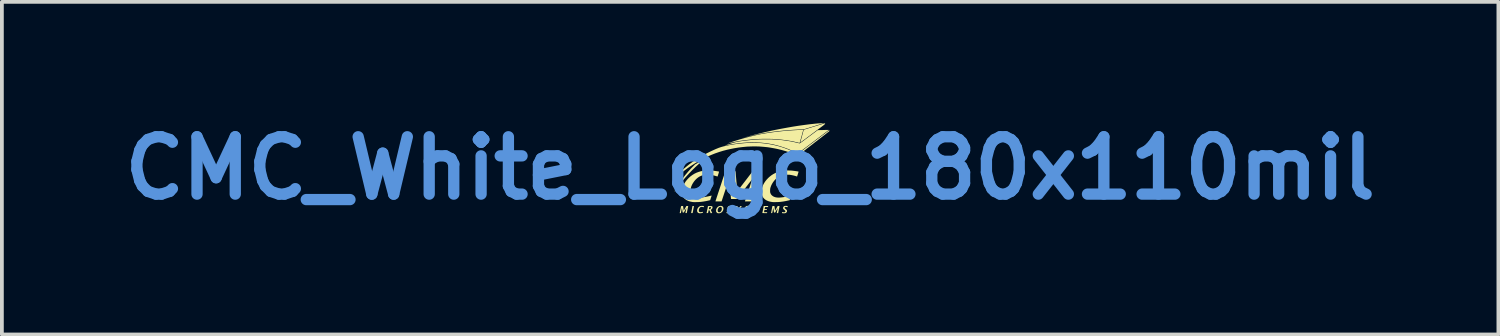
<source format=kicad_pcb>
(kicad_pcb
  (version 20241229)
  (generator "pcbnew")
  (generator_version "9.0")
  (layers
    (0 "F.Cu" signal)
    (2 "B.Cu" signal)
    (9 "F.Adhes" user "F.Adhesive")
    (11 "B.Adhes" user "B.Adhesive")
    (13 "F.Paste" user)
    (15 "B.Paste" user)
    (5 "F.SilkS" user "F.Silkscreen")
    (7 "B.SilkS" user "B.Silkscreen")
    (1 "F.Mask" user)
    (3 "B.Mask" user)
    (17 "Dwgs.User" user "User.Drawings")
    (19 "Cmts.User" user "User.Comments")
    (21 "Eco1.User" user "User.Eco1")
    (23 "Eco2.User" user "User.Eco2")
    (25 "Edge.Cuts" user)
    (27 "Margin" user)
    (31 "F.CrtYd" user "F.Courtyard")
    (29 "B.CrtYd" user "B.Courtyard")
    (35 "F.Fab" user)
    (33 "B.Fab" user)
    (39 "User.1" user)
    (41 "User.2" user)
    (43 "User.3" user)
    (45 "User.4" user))
  (footprint "CMC_White_Logo_180x110mil"
    (layer "F.Cu")
    (at 16.88 1.418)
    (property "Reference" "CMC_White_Logo_180x110mil" (at 0 0 0) (layer "Cmts.User") (effects (font (size 1.524 1.524) (thickness 0.3))))
    (attr board_only exclude_from_pos_files exclude_from_bom)
    (fp_poly (pts (xy -2.016 0.633) (xy -2.017 0.634) (xy -2.019 0.633) (xy -2.017 0.631)) (stroke (width 0) (type solid)) (fill yes) (layer "F.SilkS"))
    (fp_poly (pts (xy -0.214 -0.794) (xy -0.215 -0.792) (xy -0.216 -0.792) (xy -0.218 -0.793) (xy -0.218 -0.794) (xy -0.215 -0.794)) (stroke (width 0) (type solid)) (fill yes) (layer "F.SilkS"))
    (fp_poly (pts (xy -0.203 -0.797) (xy -0.203 -0.795) (xy -0.205 -0.795) (xy -0.207 -0.796) (xy -0.207 -0.797) (xy -0.203 -0.797)) (stroke (width 0) (type solid)) (fill yes) (layer "F.SilkS"))
    (fp_poly (pts (xy -0.195 -0.799) (xy -0.195 -0.798) (xy -0.197 -0.798) (xy -0.199 -0.799) (xy -0.198 -0.799) (xy -0.195 -0.8)) (stroke (width 0) (type solid)) (fill yes) (layer "F.SilkS"))
    (fp_poly (pts (xy -0.176 -0.805) (xy -0.179 -0.803) (xy -0.185 -0.801) (xy -0.188 -0.801) (xy -0.19 -0.801) (xy -0.187 -0.803) (xy -0.18 -0.805) (xy -0.177 -0.805)) (stroke (width 0) (type solid)) (fill yes) (layer "F.SilkS"))
    (fp_poly (pts (xy -1.501 1.006) (xy -1.495 1.007) (xy -1.493 1.009) (xy -1.493 1.009) (xy -1.493 1.012) (xy -1.495 1.021) (xy -1.497 1.033) (xy -1.5 1.049) (xy -1.504 1.067) (xy -1.508 1.088) (xy -1.511 1.102) (xy -1.515 1.124) (xy -1.519 1.143) (xy -1.522 1.161) (xy -1.525 1.175) (xy -1.527 1.185) (xy -1.528 1.191) (xy -1.529 1.193) (xy -1.531 1.193) (xy -1.538 1.193) (xy -1.547 1.194) (xy -1.548 1.194) (xy -1.559 1.193) (xy -1.565 1.192) (xy -1.567 1.19) (xy -1.567 1.19) (xy -1.567 1.186) (xy -1.565 1.178) (xy -1.563 1.166) (xy -1.56 1.15) (xy -1.556 1.132) (xy -1.552 1.111) (xy -1.549 1.097) (xy -1.545 1.075) (xy -1.541 1.055) (xy -1.538 1.038) (xy -1.535 1.024) (xy -1.533 1.014) (xy -1.532 1.007) (xy -1.531 1.006) (xy -1.529 1.006) (xy -1.522 1.005) (xy -1.513 1.005) (xy -1.512 1.005)) (stroke (width 0) (type solid)) (fill yes) (layer "F.SilkS"))
    (fp_poly (pts (xy -1.229 -0.227) (xy -1.23 -0.226) (xy -1.232 -0.224) (xy -1.238 -0.219) (xy -1.247 -0.212) (xy -1.258 -0.202) (xy -1.271 -0.192) (xy -1.273 -0.19) (xy -1.364 -0.112) (xy -1.454 -0.03) (xy -1.542 0.056) (xy -1.627 0.145) (xy -1.71 0.236) (xy -1.79 0.329) (xy -1.866 0.423) (xy -1.937 0.517) (xy -1.99 0.593) (xy -2 0.608) (xy -2.008 0.619) (xy -2.013 0.625) (xy -2.015 0.628) (xy -2.015 0.626) (xy -2.013 0.623) (xy -2.008 0.612) (xy -2 0.598) (xy -1.99 0.581) (xy -1.979 0.562) (xy -1.968 0.542) (xy -1.957 0.522) (xy -1.946 0.503) (xy -1.936 0.487) (xy -1.928 0.474) (xy -1.863 0.372) (xy -1.795 0.276) (xy -1.724 0.183) (xy -1.648 0.093) (xy -1.569 0.006) (xy -1.514 -0.049) (xy -1.464 -0.099) (xy -1.355 -0.159) (xy -1.327 -0.174) (xy -1.302 -0.188) (xy -1.282 -0.199) (xy -1.266 -0.208) (xy -1.253 -0.215) (xy -1.243 -0.22) (xy -1.237 -0.223) (xy -1.232 -0.226) (xy -1.23 -0.227)) (stroke (width 0) (type solid)) (fill yes) (layer "F.SilkS"))
    (fp_poly (pts (xy 0.156 1.005) (xy 0.173 1.005) (xy 0.198 1.005) (xy 0.218 1.005) (xy 0.233 1.005) (xy 0.244 1.006) (xy 0.252 1.007) (xy 0.257 1.008) (xy 0.26 1.01) (xy 0.261 1.013) (xy 0.26 1.016) (xy 0.259 1.021) (xy 0.259 1.024) (xy 0.257 1.033) (xy 0.223 1.033) (xy 0.208 1.033) (xy 0.199 1.033) (xy 0.192 1.034) (xy 0.189 1.035) (xy 0.188 1.037) (xy 0.187 1.038) (xy 0.187 1.042) (xy 0.185 1.05) (xy 0.182 1.063) (xy 0.179 1.079) (xy 0.176 1.097) (xy 0.172 1.117) (xy 0.171 1.118) (xy 0.157 1.194) (xy 0.136 1.194) (xy 0.126 1.193) (xy 0.12 1.193) (xy 0.118 1.192) (xy 0.117 1.189) (xy 0.118 1.187) (xy 0.119 1.183) (xy 0.12 1.174) (xy 0.123 1.161) (xy 0.126 1.145) (xy 0.13 1.127) (xy 0.134 1.107) (xy 0.134 1.107) (xy 0.149 1.033) (xy 0.08 1.033) (xy 0.082 1.024) (xy 0.083 1.019) (xy 0.083 1.015) (xy 0.085 1.011) (xy 0.087 1.009) (xy 0.091 1.007) (xy 0.097 1.006) (xy 0.106 1.006) (xy 0.118 1.005) (xy 0.135 1.005)) (stroke (width 0) (type solid)) (fill yes) (layer "F.SilkS"))
    (fp_poly (pts (xy -0.328 1.039) (xy -0.323 1.052) (xy -0.319 1.063) (xy -0.315 1.071) (xy -0.313 1.075) (xy -0.313 1.075) (xy -0.311 1.074) (xy -0.306 1.068) (xy -0.299 1.06) (xy -0.291 1.049) (xy -0.284 1.041) (xy -0.256 1.005) (xy -0.221 1.005) (xy -0.242 1.032) (xy -0.253 1.046) (xy -0.265 1.062) (xy -0.276 1.076) (xy -0.282 1.084) (xy -0.302 1.109) (xy -0.31 1.151) (xy -0.313 1.165) (xy -0.315 1.177) (xy -0.317 1.186) (xy -0.318 1.192) (xy -0.318 1.193) (xy -0.321 1.193) (xy -0.328 1.193) (xy -0.337 1.194) (xy -0.338 1.194) (xy -0.349 1.193) (xy -0.355 1.192) (xy -0.357 1.19) (xy -0.357 1.19) (xy -0.357 1.186) (xy -0.355 1.177) (xy -0.353 1.166) (xy -0.35 1.153) (xy -0.35 1.152) (xy -0.348 1.138) (xy -0.345 1.126) (xy -0.344 1.117) (xy -0.343 1.112) (xy -0.343 1.112) (xy -0.344 1.108) (xy -0.347 1.099) (xy -0.351 1.087) (xy -0.356 1.073) (xy -0.362 1.057) (xy -0.363 1.056) (xy -0.369 1.041) (xy -0.374 1.027) (xy -0.378 1.017) (xy -0.381 1.009) (xy -0.382 1.006) (xy -0.382 1.006) (xy -0.38 1.006) (xy -0.373 1.005) (xy -0.363 1.005) (xy -0.362 1.005) (xy -0.341 1.005)) (stroke (width 0) (type solid)) (fill yes) (layer "F.SilkS"))
    (fp_poly (pts (xy 2.104 -0.998) (xy 2.104 -0.99) (xy 2.104 -0.983) (xy 2.104 -0.982) (xy 2.102 -0.98) (xy 2.095 -0.975) (xy 2.085 -0.967) (xy 2.071 -0.956) (xy 2.054 -0.943) (xy 2.034 -0.927) (xy 2.01 -0.909) (xy 1.985 -0.889) (xy 1.957 -0.867) (xy 1.927 -0.844) (xy 1.895 -0.819) (xy 1.862 -0.793) (xy 1.827 -0.767) (xy 1.792 -0.739) (xy 1.755 -0.711) (xy 1.718 -0.683) (xy 1.681 -0.654) (xy 1.645 -0.625) (xy 1.608 -0.597) (xy 1.572 -0.569) (xy 1.536 -0.542) (xy 1.502 -0.516) (xy 1.469 -0.49) (xy 1.438 -0.466) (xy 1.409 -0.444) (xy 1.382 -0.423) (xy 1.357 -0.403) (xy 1.335 -0.386) (xy 1.315 -0.372) (xy 1.299 -0.359) (xy 1.286 -0.35) (xy 1.277 -0.343) (xy 1.272 -0.339) (xy 1.271 -0.338) (xy 1.27 -0.341) (xy 1.27 -0.347) (xy 1.27 -0.356) (xy 1.27 -0.358) (xy 1.271 -0.368) (xy 1.272 -0.376) (xy 1.272 -0.38) (xy 1.272 -0.38) (xy 1.274 -0.382) (xy 1.281 -0.387) (xy 1.291 -0.395) (xy 1.305 -0.406) (xy 1.323 -0.419) (xy 1.344 -0.435) (xy 1.368 -0.454) (xy 1.395 -0.474) (xy 1.425 -0.497) (xy 1.457 -0.521) (xy 1.492 -0.548) (xy 1.528 -0.575) (xy 1.567 -0.605) (xy 1.607 -0.635) (xy 1.648 -0.666) (xy 1.688 -0.696) (xy 2.103 -1.011)) (stroke (width 0) (type solid)) (fill yes) (layer "F.SilkS"))
    (fp_poly (pts (xy -1.265 1.002) (xy -1.26 1.003) (xy -1.246 1.004) (xy -1.236 1.006) (xy -1.231 1.008) (xy -1.228 1.009) (xy -1.228 1.012) (xy -1.228 1.013) (xy -1.229 1.019) (xy -1.231 1.027) (xy -1.231 1.028) (xy -1.233 1.035) (xy -1.236 1.038) (xy -1.238 1.038) (xy -1.261 1.031) (xy -1.281 1.028) (xy -1.297 1.028) (xy -1.312 1.032) (xy -1.325 1.039) (xy -1.337 1.051) (xy -1.337 1.051) (xy -1.351 1.069) (xy -1.359 1.087) (xy -1.363 1.107) (xy -1.364 1.121) (xy -1.363 1.136) (xy -1.361 1.147) (xy -1.355 1.155) (xy -1.347 1.162) (xy -1.343 1.164) (xy -1.332 1.168) (xy -1.318 1.17) (xy -1.301 1.169) (xy -1.283 1.165) (xy -1.275 1.164) (xy -1.266 1.161) (xy -1.259 1.159) (xy -1.255 1.159) (xy -1.255 1.159) (xy -1.255 1.162) (xy -1.256 1.168) (xy -1.257 1.174) (xy -1.26 1.188) (xy -1.28 1.192) (xy -1.296 1.195) (xy -1.313 1.197) (xy -1.33 1.198) (xy -1.346 1.198) (xy -1.358 1.197) (xy -1.363 1.195) (xy -1.381 1.186) (xy -1.394 1.175) (xy -1.401 1.165) (xy -1.407 1.146) (xy -1.409 1.125) (xy -1.407 1.103) (xy -1.4 1.082) (xy -1.39 1.062) (xy -1.376 1.043) (xy -1.36 1.027) (xy -1.341 1.015) (xy -1.339 1.013) (xy -1.317 1.005) (xy -1.293 1.002)) (stroke (width 0) (type solid)) (fill yes) (layer "F.SilkS"))
    (fp_poly (pts (xy 0.441 1.005) (xy 0.456 1.006) (xy 0.467 1.006) (xy 0.474 1.007) (xy 0.478 1.008) (xy 0.479 1.009) (xy 0.479 1.014) (xy 0.478 1.021) (xy 0.477 1.023) (xy 0.476 1.033) (xy 0.436 1.033) (xy 0.42 1.033) (xy 0.409 1.033) (xy 0.402 1.034) (xy 0.398 1.035) (xy 0.396 1.036) (xy 0.395 1.038) (xy 0.395 1.039) (xy 0.392 1.053) (xy 0.389 1.066) (xy 0.387 1.076) (xy 0.387 1.082) (xy 0.387 1.084) (xy 0.39 1.085) (xy 0.398 1.085) (xy 0.409 1.085) (xy 0.419 1.086) (xy 0.432 1.086) (xy 0.441 1.086) (xy 0.446 1.086) (xy 0.448 1.088) (xy 0.448 1.09) (xy 0.448 1.092) (xy 0.446 1.099) (xy 0.446 1.103) (xy 0.445 1.105) (xy 0.443 1.106) (xy 0.438 1.107) (xy 0.429 1.108) (xy 0.416 1.108) (xy 0.413 1.108) (xy 0.381 1.109) (xy 0.376 1.13) (xy 0.374 1.141) (xy 0.372 1.152) (xy 0.37 1.159) (xy 0.37 1.16) (xy 0.368 1.169) (xy 0.453 1.17) (xy 0.451 1.182) (xy 0.448 1.194) (xy 0.386 1.194) (xy 0.366 1.194) (xy 0.35 1.193) (xy 0.339 1.193) (xy 0.332 1.193) (xy 0.327 1.192) (xy 0.325 1.191) (xy 0.324 1.19) (xy 0.325 1.189) (xy 0.325 1.185) (xy 0.327 1.176) (xy 0.33 1.164) (xy 0.333 1.148) (xy 0.337 1.129) (xy 0.341 1.108) (xy 0.344 1.095) (xy 0.361 1.005) (xy 0.42 1.005)) (stroke (width 0) (type solid)) (fill yes) (layer "F.SilkS"))
    (fp_poly (pts (xy 1.994 -1.194) (xy 1.992 -1.189) (xy 1.988 -1.181) (xy 1.987 -1.178) (xy 1.976 -1.159) (xy 1.657 -0.921) (xy 1.612 -0.887) (xy 1.572 -0.857) (xy 1.535 -0.83) (xy 1.503 -0.806) (xy 1.474 -0.784) (xy 1.448 -0.765) (xy 1.426 -0.749) (xy 1.406 -0.734) (xy 1.389 -0.722) (xy 1.375 -0.712) (xy 1.364 -0.703) (xy 1.354 -0.696) (xy 1.346 -0.69) (xy 1.34 -0.686) (xy 1.336 -0.683) (xy 1.333 -0.681) (xy 1.331 -0.68) (xy 1.33 -0.679) (xy 1.329 -0.679) (xy 1.329 -0.679) (xy 1.33 -0.682) (xy 1.332 -0.689) (xy 1.335 -0.698) (xy 1.336 -0.702) (xy 1.338 -0.709) (xy 1.342 -0.721) (xy 1.346 -0.736) (xy 1.352 -0.756) (xy 1.358 -0.778) (xy 1.365 -0.803) (xy 1.372 -0.83) (xy 1.38 -0.858) (xy 1.383 -0.872) (xy 1.391 -0.9) (xy 1.398 -0.926) (xy 1.404 -0.949) (xy 1.41 -0.971) (xy 1.415 -0.989) (xy 1.419 -1.003) (xy 1.422 -1.014) (xy 1.424 -1.019) (xy 1.424 -1.021) (xy 1.427 -1.021) (xy 1.434 -1.024) (xy 1.447 -1.028) (xy 1.463 -1.033) (xy 1.484 -1.039) (xy 1.508 -1.046) (xy 1.535 -1.055) (xy 1.565 -1.064) (xy 1.598 -1.074) (xy 1.632 -1.085) (xy 1.669 -1.096) (xy 1.707 -1.108) (xy 1.746 -1.119) (xy 1.782 -1.131) (xy 1.817 -1.141) (xy 1.85 -1.152) (xy 1.881 -1.161) (xy 1.908 -1.169) (xy 1.932 -1.177) (xy 1.953 -1.183) (xy 1.97 -1.188) (xy 1.983 -1.192) (xy 1.991 -1.195) (xy 1.994 -1.196)) (stroke (width 0) (type solid)) (fill yes) (layer "F.SilkS"))
    (fp_poly (pts (xy -0.77 1.002) (xy -0.767 1.002) (xy -0.752 1.006) (xy -0.74 1.011) (xy -0.729 1.02) (xy -0.725 1.025) (xy -0.716 1.037) (xy -0.711 1.051) (xy -0.709 1.067) (xy -0.71 1.083) (xy -0.714 1.108) (xy -0.723 1.131) (xy -0.737 1.152) (xy -0.755 1.171) (xy -0.776 1.185) (xy -0.78 1.187) (xy -0.791 1.192) (xy -0.8 1.195) (xy -0.81 1.197) (xy -0.822 1.198) (xy -0.824 1.198) (xy -0.837 1.198) (xy -0.848 1.198) (xy -0.856 1.197) (xy -0.858 1.197) (xy -0.873 1.19) (xy -0.887 1.179) (xy -0.897 1.165) (xy -0.898 1.163) (xy -0.902 1.156) (xy -0.904 1.149) (xy -0.905 1.142) (xy -0.905 1.133) (xy -0.905 1.129) (xy -0.863 1.129) (xy -0.86 1.145) (xy -0.854 1.157) (xy -0.852 1.159) (xy -0.841 1.168) (xy -0.828 1.172) (xy -0.813 1.171) (xy -0.797 1.166) (xy -0.784 1.156) (xy -0.772 1.142) (xy -0.762 1.126) (xy -0.755 1.107) (xy -0.752 1.088) (xy -0.751 1.07) (xy -0.755 1.054) (xy -0.756 1.05) (xy -0.764 1.039) (xy -0.774 1.031) (xy -0.786 1.028) (xy -0.8 1.028) (xy -0.813 1.033) (xy -0.826 1.041) (xy -0.838 1.053) (xy -0.849 1.068) (xy -0.851 1.073) (xy -0.859 1.092) (xy -0.863 1.111) (xy -0.863 1.129) (xy -0.905 1.129) (xy -0.905 1.121) (xy -0.904 1.108) (xy -0.903 1.098) (xy -0.901 1.09) (xy -0.897 1.081) (xy -0.893 1.073) (xy -0.879 1.05) (xy -0.862 1.031) (xy -0.842 1.016) (xy -0.82 1.007) (xy -0.796 1.002)) (stroke (width 0) (type solid)) (fill yes) (layer "F.SilkS"))
    (fp_poly (pts (xy -0.051 1.002) (xy -0.037 1.003) (xy -0.027 1.005) (xy -0.011 1.009) (xy -0.012 1.019) (xy -0.014 1.029) (xy -0.016 1.034) (xy -0.019 1.036) (xy -0.026 1.035) (xy -0.034 1.032) (xy -0.051 1.029) (xy -0.066 1.028) (xy -0.078 1.03) (xy -0.087 1.036) (xy -0.093 1.043) (xy -0.094 1.052) (xy -0.093 1.057) (xy -0.09 1.061) (xy -0.086 1.067) (xy -0.078 1.074) (xy -0.068 1.083) (xy -0.053 1.096) (xy -0.042 1.107) (xy -0.035 1.116) (xy -0.031 1.124) (xy -0.029 1.131) (xy -0.029 1.145) (xy -0.034 1.16) (xy -0.043 1.173) (xy -0.055 1.184) (xy -0.066 1.191) (xy -0.074 1.194) (xy -0.083 1.196) (xy -0.095 1.197) (xy -0.107 1.198) (xy -0.12 1.198) (xy -0.134 1.198) (xy -0.145 1.197) (xy -0.149 1.196) (xy -0.158 1.194) (xy -0.162 1.192) (xy -0.162 1.189) (xy -0.162 1.188) (xy -0.161 1.183) (xy -0.159 1.175) (xy -0.159 1.173) (xy -0.157 1.166) (xy -0.154 1.164) (xy -0.147 1.164) (xy -0.142 1.166) (xy -0.125 1.171) (xy -0.11 1.172) (xy -0.096 1.171) (xy -0.085 1.167) (xy -0.077 1.16) (xy -0.073 1.152) (xy -0.073 1.141) (xy -0.076 1.133) (xy -0.08 1.128) (xy -0.087 1.121) (xy -0.096 1.113) (xy -0.101 1.109) (xy -0.116 1.096) (xy -0.127 1.085) (xy -0.133 1.073) (xy -0.135 1.062) (xy -0.135 1.055) (xy -0.131 1.038) (xy -0.122 1.024) (xy -0.108 1.013) (xy -0.102 1.01) (xy -0.092 1.005) (xy -0.083 1.003) (xy -0.073 1.002) (xy -0.064 1.002)) (stroke (width 0) (type solid)) (fill yes) (layer "F.SilkS"))
    (fp_poly (pts (xy -1.774 1.063) (xy -1.771 1.08) (xy -1.769 1.096) (xy -1.767 1.109) (xy -1.765 1.118) (xy -1.764 1.123) (xy -1.764 1.124) (xy -1.762 1.123) (xy -1.758 1.117) (xy -1.752 1.107) (xy -1.743 1.093) (xy -1.733 1.075) (xy -1.728 1.066) (xy -1.694 1.005) (xy -1.645 1.005) (xy -1.647 1.014) (xy -1.648 1.019) (xy -1.65 1.029) (xy -1.653 1.042) (xy -1.656 1.059) (xy -1.66 1.078) (xy -1.664 1.099) (xy -1.666 1.108) (xy -1.683 1.192) (xy -1.701 1.193) (xy -1.71 1.193) (xy -1.717 1.193) (xy -1.72 1.191) (xy -1.72 1.191) (xy -1.719 1.188) (xy -1.718 1.18) (xy -1.715 1.168) (xy -1.713 1.154) (xy -1.709 1.137) (xy -1.707 1.127) (xy -1.704 1.109) (xy -1.701 1.093) (xy -1.698 1.08) (xy -1.696 1.07) (xy -1.696 1.064) (xy -1.695 1.063) (xy -1.697 1.065) (xy -1.701 1.071) (xy -1.706 1.08) (xy -1.714 1.093) (xy -1.722 1.108) (xy -1.729 1.121) (xy -1.762 1.18) (xy -1.778 1.179) (xy -1.793 1.178) (xy -1.801 1.12) (xy -1.804 1.102) (xy -1.806 1.087) (xy -1.809 1.074) (xy -1.81 1.065) (xy -1.811 1.06) (xy -1.811 1.059) (xy -1.812 1.062) (xy -1.814 1.069) (xy -1.817 1.08) (xy -1.82 1.094) (xy -1.823 1.111) (xy -1.826 1.126) (xy -1.84 1.194) (xy -1.872 1.194) (xy -1.87 1.185) (xy -1.869 1.18) (xy -1.867 1.17) (xy -1.864 1.157) (xy -1.861 1.14) (xy -1.857 1.121) (xy -1.853 1.1) (xy -1.851 1.091) (xy -1.834 1.007) (xy -1.808 1.006) (xy -1.782 1.005)) (stroke (width 0) (type solid)) (fill yes) (layer "F.SilkS"))
    (fp_poly (pts (xy -0.502 1.003) (xy -0.493 1.005) (xy -0.477 1.009) (xy -0.48 1.024) (xy -0.482 1.032) (xy -0.484 1.036) (xy -0.486 1.037) (xy -0.487 1.037) (xy -0.497 1.033) (xy -0.509 1.03) (xy -0.521 1.028) (xy -0.529 1.027) (xy -0.543 1.029) (xy -0.553 1.034) (xy -0.56 1.042) (xy -0.561 1.051) (xy -0.561 1.055) (xy -0.559 1.06) (xy -0.554 1.066) (xy -0.546 1.073) (xy -0.534 1.083) (xy -0.533 1.084) (xy -0.518 1.097) (xy -0.508 1.107) (xy -0.501 1.117) (xy -0.497 1.127) (xy -0.496 1.137) (xy -0.496 1.143) (xy -0.5 1.16) (xy -0.509 1.174) (xy -0.523 1.185) (xy -0.53 1.189) (xy -0.538 1.193) (xy -0.545 1.195) (xy -0.554 1.197) (xy -0.565 1.198) (xy -0.574 1.198) (xy -0.586 1.198) (xy -0.596 1.198) (xy -0.603 1.198) (xy -0.605 1.198) (xy -0.609 1.197) (xy -0.617 1.195) (xy -0.619 1.195) (xy -0.629 1.193) (xy -0.627 1.18) (xy -0.626 1.172) (xy -0.624 1.166) (xy -0.623 1.165) (xy -0.62 1.165) (xy -0.613 1.166) (xy -0.603 1.168) (xy -0.6 1.169) (xy -0.582 1.172) (xy -0.568 1.172) (xy -0.556 1.169) (xy -0.548 1.163) (xy -0.542 1.156) (xy -0.54 1.148) (xy -0.539 1.145) (xy -0.54 1.14) (xy -0.542 1.134) (xy -0.546 1.129) (xy -0.553 1.122) (xy -0.563 1.113) (xy -0.577 1.102) (xy -0.577 1.101) (xy -0.589 1.09) (xy -0.596 1.08) (xy -0.6 1.069) (xy -0.601 1.058) (xy -0.6 1.046) (xy -0.597 1.038) (xy -0.594 1.031) (xy -0.587 1.022) (xy -0.581 1.016) (xy -0.573 1.011) (xy -0.565 1.007) (xy -0.553 1.004) (xy -0.537 1.002) (xy -0.52 1.002)) (stroke (width 0) (type solid)) (fill yes) (layer "F.SilkS"))
    (fp_poly (pts (xy 0.958 1.002) (xy 0.972 1.003) (xy 0.982 1.005) (xy 0.983 1.005) (xy 0.998 1.009) (xy 0.996 1.023) (xy 0.995 1.031) (xy 0.994 1.036) (xy 0.993 1.038) (xy 0.99 1.037) (xy 0.984 1.035) (xy 0.98 1.034) (xy 0.967 1.031) (xy 0.954 1.028) (xy 0.941 1.028) (xy 0.931 1.029) (xy 0.93 1.03) (xy 0.921 1.036) (xy 0.916 1.045) (xy 0.915 1.055) (xy 0.915 1.055) (xy 0.917 1.06) (xy 0.922 1.066) (xy 0.93 1.073) (xy 0.942 1.083) (xy 0.943 1.084) (xy 0.958 1.097) (xy 0.968 1.107) (xy 0.975 1.117) (xy 0.979 1.127) (xy 0.98 1.137) (xy 0.98 1.143) (xy 0.976 1.16) (xy 0.967 1.174) (xy 0.953 1.185) (xy 0.946 1.189) (xy 0.938 1.193) (xy 0.931 1.195) (xy 0.922 1.197) (xy 0.911 1.198) (xy 0.902 1.198) (xy 0.89 1.198) (xy 0.88 1.198) (xy 0.873 1.198) (xy 0.871 1.198) (xy 0.867 1.197) (xy 0.859 1.195) (xy 0.858 1.195) (xy 0.847 1.193) (xy 0.849 1.18) (xy 0.85 1.172) (xy 0.852 1.166) (xy 0.853 1.165) (xy 0.856 1.165) (xy 0.863 1.166) (xy 0.873 1.168) (xy 0.876 1.169) (xy 0.894 1.172) (xy 0.908 1.172) (xy 0.92 1.169) (xy 0.928 1.164) (xy 0.934 1.158) (xy 0.936 1.15) (xy 0.936 1.146) (xy 0.935 1.139) (xy 0.932 1.133) (xy 0.927 1.126) (xy 0.918 1.117) (xy 0.906 1.107) (xy 0.899 1.101) (xy 0.887 1.09) (xy 0.88 1.08) (xy 0.876 1.069) (xy 0.875 1.058) (xy 0.878 1.041) (xy 0.885 1.027) (xy 0.897 1.015) (xy 0.907 1.009) (xy 0.916 1.005) (xy 0.925 1.003) (xy 0.935 1.002) (xy 0.945 1.002)) (stroke (width 0) (type solid)) (fill yes) (layer "F.SilkS"))
    (fp_poly (pts (xy 1.958 -1.197) (xy 1.957 -1.196) (xy 1.953 -1.195) (xy 1.945 -1.192) (xy 1.932 -1.188) (xy 1.915 -1.183) (xy 1.894 -1.176) (xy 1.87 -1.169) (xy 1.842 -1.16) (xy 1.812 -1.151) (xy 1.779 -1.141) (xy 1.745 -1.13) (xy 1.708 -1.119) (xy 1.687 -1.112) (xy 1.422 -1.031) (xy 1.331 -1.028) (xy 1.241 -1.024) (xy 1.15 -1.019) (xy 1.058 -1.013) (xy 0.964 -1.005) (xy 0.871 -0.997) (xy 0.778 -0.987) (xy 0.687 -0.977) (xy 0.598 -0.965) (xy 0.511 -0.953) (xy 0.428 -0.941) (xy 0.349 -0.927) (xy 0.275 -0.913) (xy 0.27 -0.912) (xy 0.215 -0.901) (xy 0.155 -0.888) (xy 0.094 -0.874) (xy 0.031 -0.859) (xy -0.03 -0.843) (xy -0.09 -0.828) (xy -0.119 -0.82) (xy -0.137 -0.815) (xy -0.151 -0.811) (xy -0.161 -0.809) (xy -0.167 -0.807) (xy -0.17 -0.806) (xy -0.172 -0.806) (xy -0.172 -0.807) (xy -0.171 -0.807) (xy -0.168 -0.808) (xy -0.161 -0.811) (xy -0.149 -0.814) (xy -0.133 -0.819) (xy -0.115 -0.824) (xy -0.094 -0.83) (xy -0.072 -0.837) (xy -0.048 -0.843) (xy -0.024 -0.85) (xy -0.000297 -0.857) (xy 0.023 -0.863) (xy 0.045 -0.869) (xy 0.065 -0.875) (xy 0.08 -0.879) (xy 0.222 -0.915) (xy 0.368 -0.951) (xy 0.518 -0.985) (xy 0.669 -1.017) (xy 0.823 -1.047) (xy 0.976 -1.075) (xy 1.129 -1.102) (xy 1.281 -1.126) (xy 1.431 -1.147) (xy 1.577 -1.166) (xy 1.663 -1.175) (xy 1.706 -1.18) (xy 1.744 -1.184) (xy 1.779 -1.187) (xy 1.812 -1.19) (xy 1.844 -1.192) (xy 1.873 -1.193) (xy 1.892 -1.194) (xy 1.909 -1.195) (xy 1.925 -1.196) (xy 1.937 -1.197) (xy 1.945 -1.197) (xy 1.945 -1.197) (xy 1.954 -1.198)) (stroke (width 0) (type solid)) (fill yes) (layer "F.SilkS"))
    (fp_poly (pts (xy -1.053 1.007) (xy -1.037 1.007) (xy -1.025 1.009) (xy -1.017 1.011) (xy -1.011 1.014) (xy -1.006 1.018) (xy -1.003 1.021) (xy -1 1.031) (xy -0.999 1.044) (xy -1.001 1.057) (xy -1.005 1.068) (xy -1.012 1.078) (xy -1.022 1.089) (xy -1.032 1.098) (xy -1.039 1.102) (xy -1.044 1.105) (xy -1.046 1.106) (xy -1.045 1.109) (xy -1.043 1.116) (xy -1.038 1.126) (xy -1.033 1.138) (xy -1.029 1.147) (xy -1.022 1.161) (xy -1.017 1.173) (xy -1.012 1.182) (xy -1.01 1.189) (xy -1.009 1.19) (xy -1.01 1.192) (xy -1.014 1.193) (xy -1.023 1.194) (xy -1.029 1.194) (xy -1.051 1.194) (xy -1.066 1.155) (xy -1.082 1.117) (xy -1.092 1.117) (xy -1.096 1.116) (xy -1.099 1.116) (xy -1.101 1.117) (xy -1.103 1.121) (xy -1.104 1.126) (xy -1.106 1.136) (xy -1.109 1.149) (xy -1.111 1.16) (xy -1.118 1.192) (xy -1.138 1.193) (xy -1.157 1.194) (xy -1.156 1.185) (xy -1.155 1.18) (xy -1.153 1.17) (xy -1.15 1.157) (xy -1.147 1.14) (xy -1.143 1.121) (xy -1.139 1.1) (xy -1.137 1.091) (xy -1.136 1.089) (xy -1.097 1.089) (xy -1.094 1.09) (xy -1.088 1.091) (xy -1.079 1.09) (xy -1.072 1.088) (xy -1.061 1.083) (xy -1.051 1.075) (xy -1.044 1.064) (xy -1.039 1.053) (xy -1.038 1.048) (xy -1.04 1.043) (xy -1.044 1.038) (xy -1.049 1.035) (xy -1.055 1.034) (xy -1.065 1.033) (xy -1.068 1.033) (xy -1.075 1.033) (xy -1.08 1.033) (xy -1.084 1.035) (xy -1.086 1.038) (xy -1.088 1.045) (xy -1.091 1.056) (xy -1.092 1.066) (xy -1.095 1.076) (xy -1.096 1.084) (xy -1.097 1.088) (xy -1.097 1.089) (xy -1.136 1.089) (xy -1.12 1.007) (xy -1.073 1.007)) (stroke (width 0) (type solid)) (fill yes) (layer "F.SilkS"))
    (fp_poly (pts (xy 0.184 -0.672) (xy 0.287 -0.667) (xy 0.388 -0.657) (xy 0.468 -0.646) (xy 0.571 -0.628) (xy 0.674 -0.605) (xy 0.777 -0.578) (xy 0.879 -0.546) (xy 0.979 -0.51) (xy 1.077 -0.47) (xy 1.171 -0.426) (xy 1.203 -0.41) (xy 1.261 -0.381) (xy 1.259 -0.359) (xy 1.258 -0.349) (xy 1.257 -0.341) (xy 1.256 -0.336) (xy 1.256 -0.336) (xy 1.254 -0.337) (xy 1.247 -0.339) (xy 1.237 -0.343) (xy 1.224 -0.349) (xy 1.218 -0.352) (xy 1.128 -0.389) (xy 1.034 -0.423) (xy 0.937 -0.455) (xy 0.837 -0.483) (xy 0.735 -0.508) (xy 0.632 -0.529) (xy 0.527 -0.547) (xy 0.459 -0.557) (xy 0.348 -0.568) (xy 0.239 -0.576) (xy 0.13 -0.579) (xy 0.02 -0.577) (xy -0.09 -0.572) (xy -0.202 -0.561) (xy -0.315 -0.547) (xy -0.43 -0.528) (xy -0.547 -0.504) (xy -0.609 -0.49) (xy -0.718 -0.462) (xy -0.825 -0.429) (xy -0.932 -0.392) (xy -1.037 -0.35) (xy -1.142 -0.304) (xy -1.247 -0.252) (xy -1.352 -0.195) (xy -1.458 -0.133) (xy -1.526 -0.09) (xy -1.591 -0.048) (xy -1.657 -0.003) (xy -1.722 0.045) (xy -1.787 0.094) (xy -1.849 0.143) (xy -1.908 0.191) (xy -1.94 0.218) (xy -1.958 0.234) (xy -1.973 0.246) (xy -1.984 0.256) (xy -1.991 0.262) (xy -1.996 0.266) (xy -1.999 0.268) (xy -1.999 0.267) (xy -1.997 0.265) (xy -1.994 0.26) (xy -1.989 0.254) (xy -1.987 0.252) (xy -1.96 0.218) (xy -1.929 0.182) (xy -1.894 0.145) (xy -1.858 0.107) (xy -1.82 0.07) (xy -1.781 0.034) (xy -1.743 0.000368) (xy -1.734 -0.007) (xy -1.697 -0.038) (xy -1.664 -0.065) (xy -1.633 -0.09) (xy -1.603 -0.113) (xy -1.574 -0.135) (xy -1.544 -0.156) (xy -1.513 -0.178) (xy -1.48 -0.201) (xy -1.459 -0.215) (xy -1.36 -0.278) (xy -1.256 -0.339) (xy -1.148 -0.397) (xy -1.036 -0.452) (xy -0.922 -0.504) (xy -0.861 -0.529) (xy -0.837 -0.539) (xy -0.813 -0.547) (xy -0.789 -0.555) (xy -0.765 -0.563) (xy -0.739 -0.57) (xy -0.711 -0.578) (xy -0.68 -0.585) (xy -0.645 -0.593) (xy -0.605 -0.601) (xy -0.588 -0.605) (xy -0.477 -0.626) (xy -0.365 -0.643) (xy -0.253 -0.656) (xy -0.141 -0.666) (xy -0.031 -0.672) (xy 0.077 -0.674)) (stroke (width 0) (type solid)) (fill yes) (layer "F.SilkS"))
    (fp_poly (pts (xy 1.411 -1.019) (xy 1.411 -1.018) (xy 1.41 -1.016) (xy 1.409 -1.008) (xy 1.406 -0.996) (xy 1.402 -0.981) (xy 1.397 -0.962) (xy 1.391 -0.942) (xy 1.385 -0.919) (xy 1.378 -0.894) (xy 1.372 -0.869) (xy 1.365 -0.844) (xy 1.358 -0.819) (xy 1.351 -0.795) (xy 1.345 -0.772) (xy 1.339 -0.752) (xy 1.334 -0.734) (xy 1.33 -0.719) (xy 1.327 -0.708) (xy 1.325 -0.703) (xy 1.321 -0.69) (xy 1.318 -0.68) (xy 1.315 -0.673) (xy 1.313 -0.67) (xy 1.313 -0.67) (xy 1.309 -0.671) (xy 1.302 -0.673) (xy 1.29 -0.675) (xy 1.276 -0.679) (xy 1.262 -0.683) (xy 1.166 -0.705) (xy 1.064 -0.725) (xy 0.958 -0.742) (xy 0.848 -0.756) (xy 0.734 -0.767) (xy 0.616 -0.775) (xy 0.606 -0.776) (xy 0.584 -0.777) (xy 0.556 -0.777) (xy 0.525 -0.778) (xy 0.492 -0.778) (xy 0.456 -0.779) (xy 0.419 -0.779) (xy 0.383 -0.779) (xy 0.347 -0.778) (xy 0.313 -0.778) (xy 0.282 -0.777) (xy 0.255 -0.776) (xy 0.237 -0.776) (xy 0.144 -0.77) (xy 0.054 -0.764) (xy -0.033 -0.755) (xy -0.121 -0.745) (xy -0.186 -0.736) (xy -0.223 -0.731) (xy -0.258 -0.726) (xy -0.292 -0.72) (xy -0.325 -0.715) (xy -0.359 -0.708) (xy -0.395 -0.702) (xy -0.432 -0.694) (xy -0.473 -0.685) (xy -0.519 -0.675) (xy -0.524 -0.674) (xy -0.543 -0.67) (xy -0.56 -0.666) (xy -0.574 -0.663) (xy -0.586 -0.661) (xy -0.593 -0.66) (xy -0.595 -0.659) (xy -0.593 -0.66) (xy -0.587 -0.663) (xy -0.577 -0.666) (xy -0.564 -0.671) (xy -0.554 -0.674) (xy -0.476 -0.701) (xy -0.396 -0.727) (xy -0.312 -0.753) (xy -0.227 -0.778) (xy -0.142 -0.802) (xy -0.056 -0.825) (xy 0.028 -0.846) (xy 0.11 -0.866) (xy 0.189 -0.884) (xy 0.264 -0.9) (xy 0.27 -0.901) (xy 0.344 -0.915) (xy 0.423 -0.928) (xy 0.507 -0.941) (xy 0.593 -0.953) (xy 0.682 -0.965) (xy 0.774 -0.975) (xy 0.866 -0.985) (xy 0.959 -0.994) (xy 1.052 -1.001) (xy 1.144 -1.007) (xy 1.176 -1.009) (xy 1.194 -1.01) (xy 1.215 -1.011) (xy 1.237 -1.012) (xy 1.261 -1.014) (xy 1.285 -1.015) (xy 1.308 -1.016) (xy 1.331 -1.016) (xy 1.352 -1.017) (xy 1.371 -1.018) (xy 1.387 -1.018) (xy 1.399 -1.019) (xy 1.407 -1.019)) (stroke (width 0) (type solid)) (fill yes) (layer "F.SilkS"))
    (fp_poly (pts (xy 0.63 1.005) (xy 0.639 1.006) (xy 0.644 1.007) (xy 0.645 1.008) (xy 0.646 1.011) (xy 0.647 1.019) (xy 0.648 1.03) (xy 0.65 1.044) (xy 0.652 1.059) (xy 0.655 1.075) (xy 0.657 1.09) (xy 0.659 1.105) (xy 0.661 1.116) (xy 0.662 1.125) (xy 0.663 1.129) (xy 0.663 1.129) (xy 0.664 1.127) (xy 0.668 1.12) (xy 0.674 1.111) (xy 0.681 1.098) (xy 0.69 1.082) (xy 0.698 1.067) (xy 0.732 1.005) (xy 0.757 1.005) (xy 0.768 1.006) (xy 0.776 1.006) (xy 0.78 1.007) (xy 0.781 1.007) (xy 0.78 1.01) (xy 0.779 1.018) (xy 0.777 1.03) (xy 0.774 1.046) (xy 0.77 1.064) (xy 0.766 1.085) (xy 0.763 1.101) (xy 0.744 1.194) (xy 0.725 1.194) (xy 0.715 1.193) (xy 0.71 1.193) (xy 0.707 1.191) (xy 0.707 1.189) (xy 0.708 1.187) (xy 0.71 1.178) (xy 0.712 1.165) (xy 0.715 1.15) (xy 0.718 1.134) (xy 0.722 1.118) (xy 0.724 1.102) (xy 0.727 1.088) (xy 0.729 1.076) (xy 0.731 1.068) (xy 0.731 1.063) (xy 0.731 1.063) (xy 0.729 1.065) (xy 0.725 1.073) (xy 0.719 1.083) (xy 0.711 1.096) (xy 0.702 1.112) (xy 0.697 1.122) (xy 0.665 1.178) (xy 0.65 1.179) (xy 0.645 1.18) (xy 0.641 1.18) (xy 0.638 1.179) (xy 0.636 1.177) (xy 0.634 1.173) (xy 0.632 1.166) (xy 0.63 1.156) (xy 0.628 1.142) (xy 0.626 1.124) (xy 0.624 1.111) (xy 0.621 1.092) (xy 0.619 1.078) (xy 0.617 1.067) (xy 0.615 1.061) (xy 0.614 1.06) (xy 0.614 1.06) (xy 0.613 1.064) (xy 0.611 1.073) (xy 0.609 1.085) (xy 0.605 1.1) (xy 0.602 1.117) (xy 0.601 1.123) (xy 0.597 1.141) (xy 0.594 1.157) (xy 0.591 1.17) (xy 0.589 1.18) (xy 0.588 1.186) (xy 0.588 1.187) (xy 0.586 1.191) (xy 0.583 1.193) (xy 0.577 1.194) (xy 0.572 1.194) (xy 0.563 1.193) (xy 0.558 1.192) (xy 0.557 1.19) (xy 0.557 1.189) (xy 0.557 1.185) (xy 0.559 1.177) (xy 0.561 1.165) (xy 0.564 1.15) (xy 0.567 1.133) (xy 0.571 1.114) (xy 0.574 1.095) (xy 0.578 1.075) (xy 0.582 1.057) (xy 0.585 1.041) (xy 0.588 1.027) (xy 0.59 1.017) (xy 0.591 1.011) (xy 0.592 1.009) (xy 0.594 1.007) (xy 0.599 1.006) (xy 0.606 1.005) (xy 0.618 1.005) (xy 0.619 1.005)) (stroke (width 0) (type solid)) (fill yes) (layer "F.SilkS"))
    (fp_poly (pts (xy 2.081 -1.016) (xy 2.089 -1.016) (xy 2.091 -1.016) (xy 2.088 -1.014) (xy 2.082 -1.009) (xy 2.071 -1.001) (xy 2.057 -0.99) (xy 2.04 -0.977) (xy 2.019 -0.961) (xy 1.996 -0.943) (xy 1.97 -0.924) (xy 1.942 -0.902) (xy 1.912 -0.879) (xy 1.88 -0.855) (xy 1.847 -0.83) (xy 1.812 -0.804) (xy 1.776 -0.777) (xy 1.74 -0.749) (xy 1.703 -0.721) (xy 1.666 -0.693) (xy 1.629 -0.665) (xy 1.593 -0.638) (xy 1.557 -0.61) (xy 1.522 -0.584) (xy 1.488 -0.558) (xy 1.455 -0.534) (xy 1.425 -0.51) (xy 1.396 -0.489) (xy 1.369 -0.468) (xy 1.345 -0.45) (xy 1.323 -0.434) (xy 1.305 -0.42) (xy 1.29 -0.408) (xy 1.278 -0.4) (xy 1.27 -0.394) (xy 1.266 -0.391) (xy 1.266 -0.391) (xy 1.263 -0.392) (xy 1.256 -0.395) (xy 1.246 -0.4) (xy 1.234 -0.407) (xy 1.228 -0.41) (xy 1.165 -0.442) (xy 1.097 -0.473) (xy 1.025 -0.503) (xy 0.951 -0.532) (xy 0.874 -0.558) (xy 0.797 -0.583) (xy 0.719 -0.605) (xy 0.642 -0.624) (xy 0.612 -0.631) (xy 0.506 -0.651) (xy 0.397 -0.667) (xy 0.286 -0.678) (xy 0.172 -0.684) (xy 0.055 -0.686) (xy -0.064 -0.682) (xy -0.185 -0.674) (xy -0.308 -0.661) (xy -0.434 -0.644) (xy -0.468 -0.638) (xy -0.488 -0.635) (xy -0.511 -0.631) (xy -0.535 -0.626) (xy -0.56 -0.621) (xy -0.585 -0.617) (xy -0.608 -0.612) (xy -0.629 -0.607) (xy -0.647 -0.604) (xy -0.661 -0.6) (xy -0.666 -0.599) (xy -0.677 -0.597) (xy -0.682 -0.596) (xy -0.683 -0.596) (xy -0.678 -0.598) (xy -0.669 -0.602) (xy -0.654 -0.607) (xy -0.635 -0.614) (xy -0.611 -0.622) (xy -0.596 -0.627) (xy -0.545 -0.643) (xy -0.499 -0.658) (xy -0.459 -0.671) (xy -0.423 -0.681) (xy -0.392 -0.689) (xy -0.366 -0.696) (xy -0.348 -0.699) (xy -0.257 -0.715) (xy -0.162 -0.728) (xy -0.064 -0.74) (xy 0.035 -0.75) (xy 0.135 -0.758) (xy 0.234 -0.764) (xy 0.242 -0.764) (xy 0.265 -0.765) (xy 0.292 -0.766) (xy 0.323 -0.766) (xy 0.357 -0.767) (xy 0.392 -0.767) (xy 0.427 -0.767) (xy 0.463 -0.767) (xy 0.497 -0.767) (xy 0.53 -0.766) (xy 0.559 -0.766) (xy 0.585 -0.765) (xy 0.602 -0.764) (xy 0.724 -0.757) (xy 0.842 -0.746) (xy 0.956 -0.731) (xy 1.067 -0.714) (xy 1.173 -0.692) (xy 1.276 -0.668) (xy 1.314 -0.658) (xy 1.316 -0.658) (xy 1.32 -0.661) (xy 1.327 -0.665) (xy 1.336 -0.671) (xy 1.348 -0.679) (xy 1.363 -0.69) (xy 1.381 -0.703) (xy 1.402 -0.718) (xy 1.427 -0.736) (xy 1.455 -0.757) (xy 1.487 -0.781) (xy 1.524 -0.808) (xy 1.557 -0.833) (xy 1.795 -1.01) (xy 1.858 -1.012) (xy 1.891 -1.013) (xy 1.924 -1.013) (xy 1.955 -1.014) (xy 1.984 -1.015) (xy 2.01 -1.015) (xy 2.033 -1.016) (xy 2.053 -1.016) (xy 2.069 -1.016)) (stroke (width 0) (type solid)) (fill yes) (layer "F.SilkS"))
    (fp_poly (pts (xy -1.075 0.062) (xy -1.049 0.062) (xy -1.029 0.063) (xy -1.008 0.065) (xy -0.986 0.067) (xy -0.962 0.07) (xy -0.939 0.073) (xy -0.916 0.076) (xy -0.894 0.079) (xy -0.874 0.082) (xy -0.856 0.085) (xy -0.842 0.087) (xy -0.833 0.09) (xy -0.828 0.091) (xy -0.827 0.094) (xy -0.828 0.099) (xy -0.83 0.107) (xy -0.833 0.119) (xy -0.838 0.136) (xy -0.845 0.157) (xy -0.85 0.175) (xy -0.855 0.19) (xy -0.86 0.204) (xy -0.863 0.214) (xy -0.865 0.22) (xy -0.866 0.221) (xy -0.868 0.221) (xy -0.875 0.219) (xy -0.885 0.216) (xy -0.894 0.213) (xy -0.948 0.198) (xy -1.002 0.186) (xy -1.055 0.177) (xy -1.106 0.173) (xy -1.154 0.172) (xy -1.158 0.173) (xy -1.207 0.177) (xy -1.253 0.186) (xy -1.298 0.201) (xy -1.34 0.22) (xy -1.38 0.245) (xy -1.417 0.274) (xy -1.453 0.309) (xy -1.486 0.348) (xy -1.513 0.387) (xy -1.528 0.411) (xy -1.542 0.437) (xy -1.554 0.463) (xy -1.564 0.487) (xy -1.566 0.493) (xy -1.575 0.526) (xy -1.581 0.558) (xy -1.584 0.59) (xy -1.583 0.619) (xy -1.579 0.646) (xy -1.574 0.662) (xy -1.562 0.689) (xy -1.545 0.713) (xy -1.524 0.733) (xy -1.499 0.75) (xy -1.47 0.763) (xy -1.437 0.773) (xy -1.399 0.779) (xy -1.384 0.781) (xy -1.355 0.782) (xy -1.321 0.781) (xy -1.283 0.778) (xy -1.241 0.772) (xy -1.195 0.765) (xy -1.145 0.755) (xy -1.093 0.744) (xy -1.065 0.737) (xy -1.051 0.734) (xy -1.038 0.731) (xy -1.029 0.729) (xy -1.023 0.728) (xy -1.022 0.728) (xy -1.023 0.731) (xy -1.025 0.738) (xy -1.029 0.75) (xy -1.033 0.764) (xy -1.039 0.78) (xy -1.042 0.79) (xy -1.062 0.85) (xy -1.091 0.857) (xy -1.163 0.873) (xy -1.238 0.886) (xy -1.305 0.895) (xy -1.323 0.897) (xy -1.345 0.898) (xy -1.369 0.9) (xy -1.394 0.901) (xy -1.42 0.901) (xy -1.445 0.902) (xy -1.469 0.902) (xy -1.491 0.902) (xy -1.509 0.901) (xy -1.522 0.9) (xy -1.523 0.9) (xy -1.569 0.892) (xy -1.612 0.882) (xy -1.65 0.868) (xy -1.685 0.851) (xy -1.716 0.831) (xy -1.743 0.809) (xy -1.764 0.784) (xy -1.766 0.782) (xy -1.78 0.758) (xy -1.793 0.731) (xy -1.803 0.704) (xy -1.803 0.702) (xy -1.806 0.693) (xy -1.807 0.685) (xy -1.808 0.675) (xy -1.809 0.664) (xy -1.809 0.65) (xy -1.809 0.631) (xy -1.809 0.629) (xy -1.809 0.61) (xy -1.809 0.595) (xy -1.808 0.583) (xy -1.807 0.572) (xy -1.806 0.562) (xy -1.803 0.55) (xy -1.802 0.544) (xy -1.787 0.494) (xy -1.767 0.445) (xy -1.742 0.398) (xy -1.712 0.352) (xy -1.676 0.307) (xy -1.635 0.263) (xy -1.632 0.26) (xy -1.586 0.219) (xy -1.536 0.182) (xy -1.485 0.15) (xy -1.43 0.123) (xy -1.373 0.101) (xy -1.313 0.083) (xy -1.251 0.071) (xy -1.232 0.068) (xy -1.212 0.066) (xy -1.188 0.064) (xy -1.162 0.063) (xy -1.133 0.062) (xy -1.104 0.061)) (stroke (width 0) (type solid)) (fill yes) (layer "F.SilkS"))
    (fp_poly (pts (xy 1.038 0.062) (xy 1.064 0.062) (xy 1.084 0.063) (xy 1.105 0.065) (xy 1.127 0.067) (xy 1.15 0.07) (xy 1.174 0.073) (xy 1.197 0.076) (xy 1.219 0.079) (xy 1.239 0.082) (xy 1.256 0.085) (xy 1.27 0.087) (xy 1.28 0.09) (xy 1.285 0.091) (xy 1.286 0.094) (xy 1.285 0.099) (xy 1.283 0.109) (xy 1.279 0.122) (xy 1.273 0.14) (xy 1.268 0.157) (xy 1.263 0.175) (xy 1.257 0.19) (xy 1.253 0.204) (xy 1.25 0.214) (xy 1.248 0.22) (xy 1.247 0.221) (xy 1.244 0.221) (xy 1.238 0.219) (xy 1.228 0.216) (xy 1.225 0.215) (xy 1.189 0.204) (xy 1.149 0.194) (xy 1.108 0.185) (xy 1.067 0.178) (xy 1.059 0.177) (xy 1.046 0.175) (xy 1.028 0.174) (xy 1.006 0.174) (xy 0.981 0.173) (xy 0.975 0.173) (xy 0.948 0.174) (xy 0.925 0.175) (xy 0.905 0.176) (xy 0.886 0.179) (xy 0.868 0.184) (xy 0.848 0.189) (xy 0.83 0.195) (xy 0.792 0.211) (xy 0.756 0.23) (xy 0.722 0.253) (xy 0.688 0.281) (xy 0.674 0.295) (xy 0.638 0.334) (xy 0.607 0.376) (xy 0.58 0.42) (xy 0.558 0.465) (xy 0.541 0.512) (xy 0.538 0.524) (xy 0.535 0.536) (xy 0.533 0.547) (xy 0.532 0.558) (xy 0.531 0.57) (xy 0.531 0.586) (xy 0.53 0.595) (xy 0.53 0.613) (xy 0.531 0.625) (xy 0.532 0.635) (xy 0.533 0.644) (xy 0.535 0.652) (xy 0.537 0.659) (xy 0.549 0.686) (xy 0.565 0.71) (xy 0.586 0.73) (xy 0.611 0.748) (xy 0.64 0.762) (xy 0.674 0.773) (xy 0.685 0.775) (xy 0.714 0.78) (xy 0.749 0.782) (xy 0.788 0.781) (xy 0.832 0.777) (xy 0.881 0.771) (xy 0.933 0.762) (xy 0.991 0.75) (xy 1.047 0.737) (xy 1.062 0.734) (xy 1.075 0.731) (xy 1.084 0.729) (xy 1.09 0.728) (xy 1.091 0.728) (xy 1.09 0.731) (xy 1.088 0.738) (xy 1.084 0.75) (xy 1.08 0.764) (xy 1.074 0.78) (xy 1.071 0.79) (xy 1.051 0.85) (xy 1.022 0.857) (xy 0.95 0.873) (xy 0.875 0.886) (xy 0.807 0.895) (xy 0.79 0.897) (xy 0.768 0.898) (xy 0.744 0.9) (xy 0.719 0.901) (xy 0.693 0.901) (xy 0.668 0.902) (xy 0.644 0.902) (xy 0.622 0.902) (xy 0.604 0.901) (xy 0.591 0.9) (xy 0.59 0.9) (xy 0.544 0.892) (xy 0.501 0.882) (xy 0.462 0.868) (xy 0.427 0.851) (xy 0.396 0.831) (xy 0.37 0.808) (xy 0.348 0.783) (xy 0.331 0.757) (xy 0.325 0.742) (xy 0.318 0.726) (xy 0.312 0.711) (xy 0.311 0.707) (xy 0.308 0.698) (xy 0.306 0.69) (xy 0.305 0.683) (xy 0.304 0.674) (xy 0.304 0.663) (xy 0.304 0.648) (xy 0.303 0.63) (xy 0.304 0.61) (xy 0.304 0.594) (xy 0.305 0.581) (xy 0.306 0.57) (xy 0.308 0.559) (xy 0.309 0.55) (xy 0.324 0.5) (xy 0.343 0.45) (xy 0.368 0.402) (xy 0.398 0.356) (xy 0.433 0.311) (xy 0.474 0.267) (xy 0.475 0.265) (xy 0.522 0.223) (xy 0.57 0.186) (xy 0.621 0.154) (xy 0.675 0.126) (xy 0.732 0.103) (xy 0.791 0.085) (xy 0.853 0.072) (xy 0.881 0.068) (xy 0.901 0.066) (xy 0.925 0.064) (xy 0.951 0.063) (xy 0.98 0.062) (xy 1.009 0.061)) (stroke (width 0) (type solid)) (fill yes) (layer "F.SilkS"))
    (fp_poly (pts (xy 0.22 0.08) (xy 0.243 0.08) (xy 0.265 0.081) (xy 0.284 0.081) (xy 0.299 0.081) (xy 0.31 0.082) (xy 0.317 0.082) (xy 0.318 0.082) (xy 0.317 0.085) (xy 0.315 0.093) (xy 0.311 0.105) (xy 0.305 0.122) (xy 0.298 0.143) (xy 0.29 0.168) (xy 0.281 0.196) (xy 0.27 0.228) (xy 0.259 0.262) (xy 0.247 0.3) (xy 0.234 0.339) (xy 0.22 0.381) (xy 0.205 0.424) (xy 0.191 0.469) (xy 0.186 0.483) (xy 0.054 0.882) (xy -0.042 0.883) (xy -0.065 0.883) (xy -0.085 0.883) (xy -0.103 0.883) (xy -0.118 0.883) (xy -0.13 0.883) (xy -0.137 0.883) (xy -0.138 0.883) (xy -0.138 0.88) (xy -0.135 0.872) (xy -0.131 0.86) (xy -0.126 0.844) (xy -0.119 0.823) (xy -0.111 0.8) (xy -0.102 0.772) (xy -0.092 0.742) (xy -0.081 0.709) (xy -0.07 0.674) (xy -0.057 0.637) (xy -0.045 0.599) (xy -0.04 0.586) (xy -0.027 0.547) (xy -0.015 0.509) (xy -0.003 0.474) (xy 0.008 0.44) (xy 0.018 0.409) (xy 0.027 0.381) (xy 0.036 0.356) (xy 0.043 0.334) (xy 0.049 0.316) (xy 0.053 0.303) (xy 0.056 0.294) (xy 0.057 0.289) (xy 0.057 0.289) (xy 0.056 0.291) (xy 0.051 0.297) (xy 0.043 0.308) (xy 0.032 0.321) (xy 0.019 0.338) (xy 0.004 0.358) (xy -0.014 0.381) (xy -0.034 0.406) (xy -0.055 0.434) (xy -0.078 0.464) (xy -0.102 0.495) (xy -0.127 0.528) (xy -0.147 0.554) (xy -0.35 0.818) (xy -0.428 0.819) (xy -0.451 0.819) (xy -0.469 0.819) (xy -0.483 0.819) (xy -0.493 0.819) (xy -0.5 0.819) (xy -0.504 0.818) (xy -0.506 0.817) (xy -0.507 0.816) (xy -0.508 0.815) (xy -0.508 0.812) (xy -0.509 0.803) (xy -0.51 0.79) (xy -0.512 0.772) (xy -0.514 0.75) (xy -0.516 0.725) (xy -0.519 0.697) (xy -0.521 0.665) (xy -0.524 0.632) (xy -0.527 0.596) (xy -0.531 0.558) (xy -0.532 0.542) (xy -0.535 0.504) (xy -0.539 0.468) (xy -0.542 0.433) (xy -0.544 0.401) (xy -0.547 0.372) (xy -0.55 0.346) (xy -0.552 0.323) (xy -0.553 0.304) (xy -0.555 0.29) (xy -0.556 0.28) (xy -0.557 0.275) (xy -0.557 0.274) (xy -0.558 0.277) (xy -0.561 0.283) (xy -0.564 0.293) (xy -0.567 0.303) (xy -0.57 0.309) (xy -0.573 0.32) (xy -0.579 0.336) (xy -0.585 0.356) (xy -0.593 0.38) (xy -0.602 0.407) (xy -0.612 0.437) (xy -0.622 0.469) (xy -0.634 0.504) (xy -0.646 0.54) (xy -0.658 0.577) (xy -0.668 0.607) (xy -0.759 0.883) (xy -0.841 0.883) (xy -0.865 0.883) (xy -0.883 0.883) (xy -0.898 0.883) (xy -0.908 0.883) (xy -0.915 0.882) (xy -0.92 0.881) (xy -0.921 0.88) (xy -0.922 0.879) (xy -0.921 0.876) (xy -0.918 0.868) (xy -0.914 0.856) (xy -0.908 0.839) (xy -0.901 0.818) (xy -0.893 0.793) (xy -0.884 0.764) (xy -0.873 0.732) (xy -0.862 0.698) (xy -0.85 0.66) (xy -0.836 0.621) (xy -0.823 0.579) (xy -0.808 0.535) (xy -0.793 0.49) (xy -0.789 0.478) (xy -0.658 0.08) (xy -0.523 0.08) (xy -0.492 0.08) (xy -0.466 0.08) (xy -0.445 0.08) (xy -0.428 0.081) (xy -0.415 0.081) (xy -0.405 0.081) (xy -0.398 0.082) (xy -0.393 0.082) (xy -0.39 0.083) (xy -0.388 0.084) (xy -0.388 0.085) (xy -0.388 0.085) (xy -0.387 0.089) (xy -0.387 0.097) (xy -0.386 0.111) (xy -0.384 0.128) (xy -0.382 0.15) (xy -0.38 0.175) (xy -0.378 0.203) (xy -0.375 0.234) (xy -0.372 0.268) (xy -0.369 0.303) (xy -0.366 0.34) (xy -0.366 0.345) (xy -0.362 0.382) (xy -0.359 0.418) (xy -0.356 0.451) (xy -0.354 0.483) (xy -0.351 0.512) (xy -0.349 0.537) (xy -0.347 0.559) (xy -0.346 0.578) (xy -0.344 0.592) (xy -0.344 0.601) (xy -0.343 0.606) (xy -0.343 0.606) (xy -0.343 0.611) (xy -0.341 0.612) (xy -0.339 0.609) (xy -0.334 0.603) (xy -0.326 0.593) (xy -0.315 0.579) (xy -0.301 0.562) (xy -0.286 0.541) (xy -0.268 0.518) (xy -0.248 0.493) (xy -0.227 0.465) (xy -0.204 0.436) (xy -0.18 0.404) (xy -0.154 0.371) (xy -0.134 0.345) (xy 0.069 0.08) (xy 0.194 0.08)) (stroke (width 0) (type solid)) (fill yes) (layer "F.SilkS")))
  (gr_rect
    (start -3 -3)
    (end 36.76 5.836)
    (stroke (width 0.1) (type default))
    (fill no)
    (layer "Edge.Cuts")))
</source>
